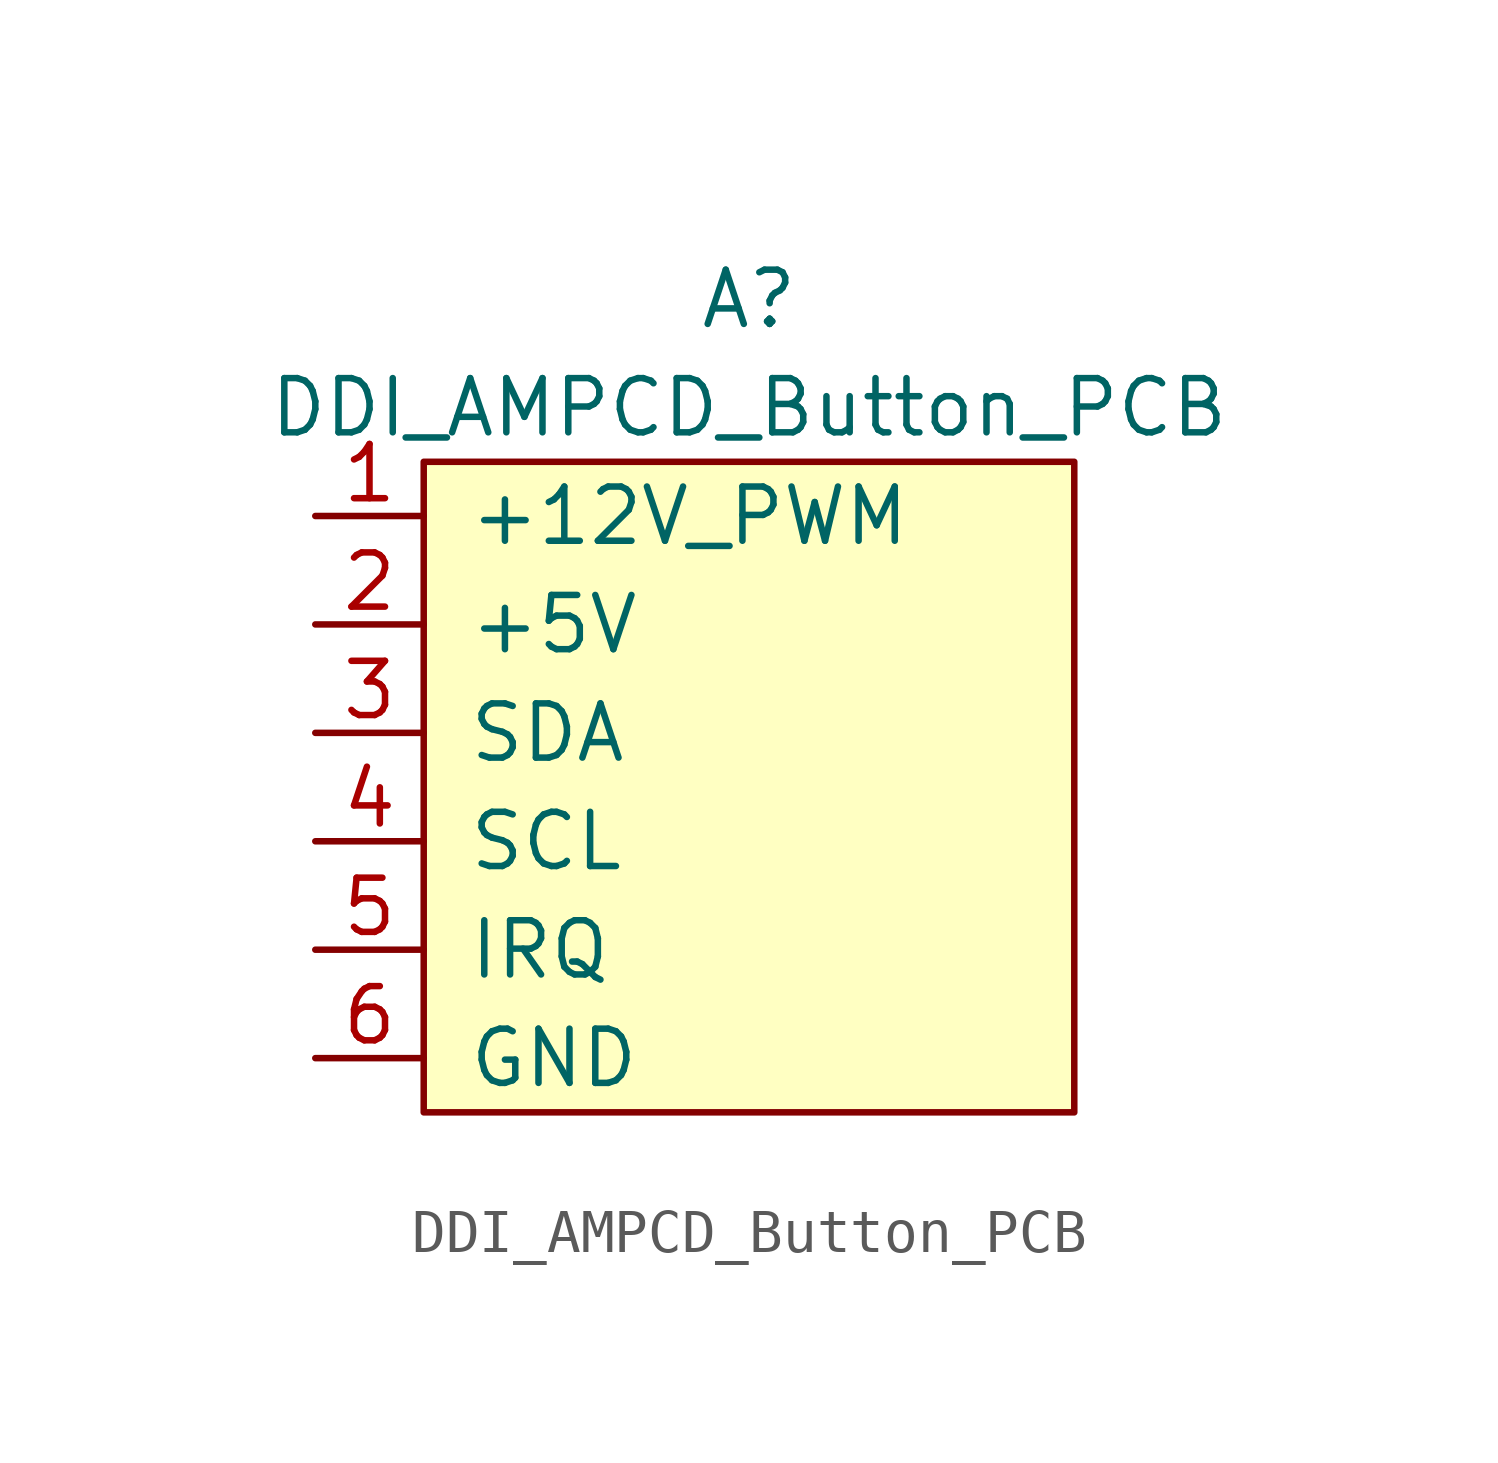
<source format=kicad_sym>
(kicad_symbol_lib
  (version 20211014)
  (generator kicad_symbol_editor)
  (symbol "DDI_AMPCD_Button_PCB"
    (pin_names
      (offset 1.016))
    (property "Reference" "A"
      (at 0 11.43 0)
      (effects (font (size 1.27 1.27))))
    (property "Value" "DDI_AMPCD_Button_PCB"
      (at 0 8.89 0)
      (effects (font (size 1.27 1.27))))
    (symbol "DDI_AMPCD_Button_PCB_0_0"
      (rectangle (start -7.62 7.62) (end 7.62 -7.62) (stroke (width 0) (type default) (color 0 0 0 0)) (fill (type background)))
      (pin power_in line (at -10.16 6.35 0) (length 2.54) (name "+12V_PWM" (effects (font (size 1.27 1.27)))) (number "1" (effects (font (size 1.27 1.27)))))
      (pin bidirectional line (at -10.16 3.81 0) (length 2.54) (name "+5V" (effects (font (size 1.27 1.27)))) (number "2" (effects (font (size 1.27 1.27)))))
      (pin bidirectional line (at -10.16 1.27 0) (length 2.54) (name "SDA" (effects (font (size 1.27 1.27)))) (number "3" (effects (font (size 1.27 1.27)))))
      (pin bidirectional line (at -10.16 -1.27 0) (length 2.54) (name "SCL" (effects (font (size 1.27 1.27)))) (number "4" (effects (font (size 1.27 1.27)))))
      (pin power_out line (at -10.16 -3.81 0) (length 2.54) (name "IRQ" (effects (font (size 1.27 1.27)))) (number "5" (effects (font (size 1.27 1.27)))))
      (pin unspecified line (at -10.16 -6.35 0) (length 2.54) (name "GND" (effects (font (size 1.27 1.27)))) (number "6" (effects (font (size 1.27 1.27))))))))
</source>
